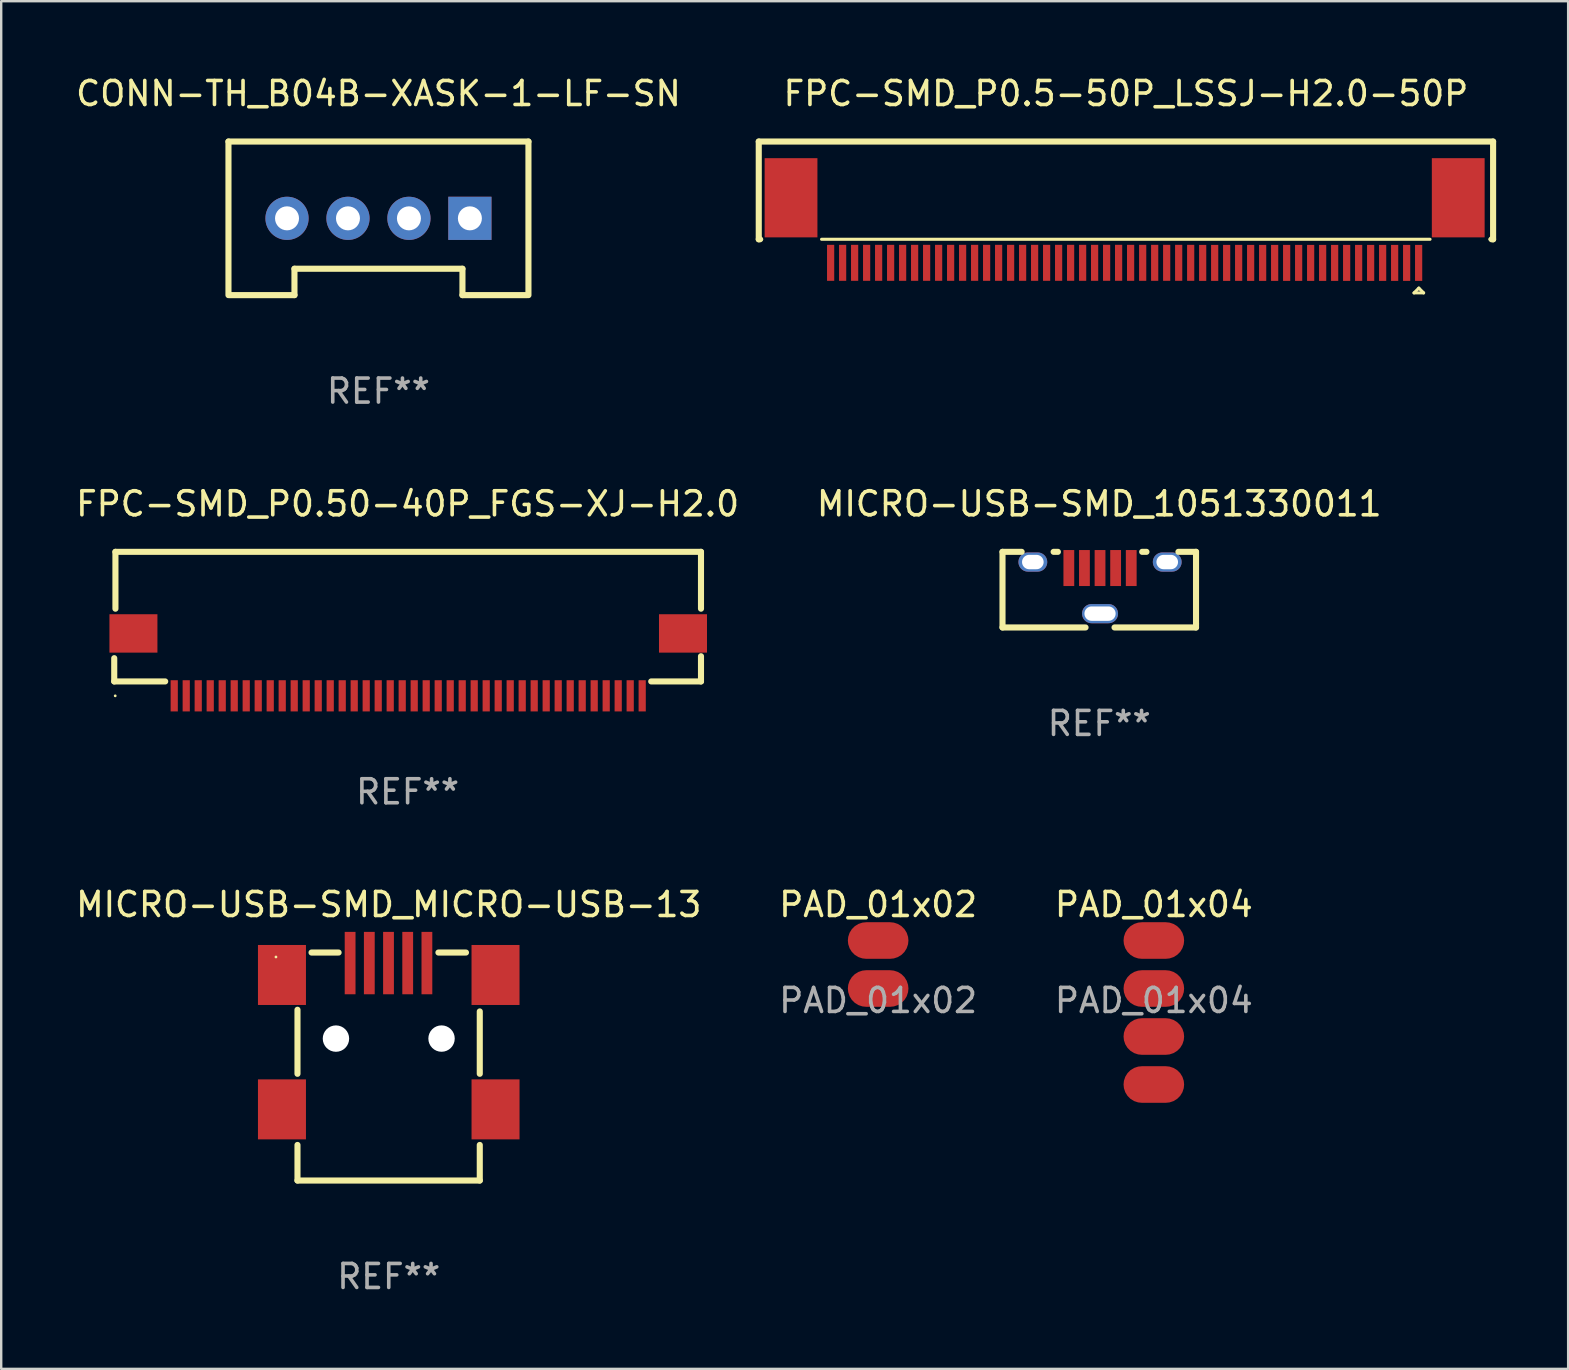
<source format=kicad_pcb>
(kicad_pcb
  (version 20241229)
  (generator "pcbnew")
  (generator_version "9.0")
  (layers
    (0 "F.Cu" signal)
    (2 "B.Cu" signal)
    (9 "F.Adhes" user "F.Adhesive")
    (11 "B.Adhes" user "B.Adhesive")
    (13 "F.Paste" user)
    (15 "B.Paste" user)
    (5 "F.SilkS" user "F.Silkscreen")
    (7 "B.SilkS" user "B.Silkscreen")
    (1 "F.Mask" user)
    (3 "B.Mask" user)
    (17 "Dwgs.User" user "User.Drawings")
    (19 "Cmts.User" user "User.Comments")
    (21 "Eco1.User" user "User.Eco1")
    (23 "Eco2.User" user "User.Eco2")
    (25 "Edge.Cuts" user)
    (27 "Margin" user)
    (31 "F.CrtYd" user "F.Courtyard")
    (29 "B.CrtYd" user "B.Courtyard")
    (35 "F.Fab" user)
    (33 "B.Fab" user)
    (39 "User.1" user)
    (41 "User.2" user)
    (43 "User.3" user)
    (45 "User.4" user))
  (footprint "MICRO-USB-SMD_1051330011"
    (layer "F.Cu")
    (at 42.788 21.445)
    (property "Reference" "MICRO-USB-SMD_1051330011" (at -0.032 -3.5 0) (layer "F.SilkS") (effects (font (size 1 1) (thickness 0.15))))
    (attr through_hole)
    (fp_line (start -4.064 -1.5) (end -4.064 1.651) (stroke (width 0.254) (type solid)) (layer "F.SilkS"))
    (fp_line (start -4.064 1.651) (end -0.604 1.651) (stroke (width 0.254) (type solid)) (layer "F.SilkS"))
    (fp_line (start -3.266 -1.5) (end -4.064 -1.5) (stroke (width 0.254) (type solid)) (layer "F.SilkS"))
    (fp_line (start -1.756 -1.5) (end -1.934 -1.5) (stroke (width 0.254) (type solid)) (layer "F.SilkS"))
    (fp_line (start 0.604 1.651) (end 4 1.651) (stroke (width 0.254) (type solid)) (layer "F.SilkS"))
    (fp_line (start 1.934 -1.5) (end 1.756 -1.5) (stroke (width 0.254) (type solid)) (layer "F.SilkS"))
    (fp_line (start 4 -1.5) (end 3.266 -1.5) (stroke (width 0.254) (type solid)) (layer "F.SilkS"))
    (fp_line (start 4 -1.5) (end 4 1.5) (stroke (width 0.254) (type solid)) (layer "F.SilkS"))
    (fp_line (start 4 1.651) (end 4 1.5) (stroke (width 0.254) (type solid)) (layer "F.SilkS"))
    (fp_circle (center -4 -1.5) (end -3.97 -1.5) (stroke (width 0.06) (type solid)) (fill no) (layer "F.SilkS"))
    (fp_text user "REF**" (at -0.032 5.651 0) (layer "F.Fab") (effects (font (size 1 1) (thickness 0.15))))
    (pad "1" smd rect (at -1.3 -0.825) (size 0.45 1.5) (layers "F.Cu" "F.Mask" "F.Paste"))
    (pad "2" smd rect (at -0.65 -0.825) (size 0.45 1.5) (layers "F.Cu" "F.Mask" "F.Paste"))
    (pad "3" smd rect (at -0.000127 -0.825) (size 0.45 1.5) (layers "F.Cu" "F.Mask" "F.Paste"))
    (pad "4" smd rect (at 0.65 -0.825) (size 0.45 1.5) (layers "F.Cu" "F.Mask" "F.Paste"))
    (pad "5" smd rect (at 1.3 -0.825) (size 0.45 1.5) (layers "F.Cu" "F.Mask" "F.Paste"))
    (pad "6" thru_hole oval (at -2.8 -1.075) (size 1.2 0.8) (drill oval 0.9 0.6) (layers "*.Cu" "*.Mask"))
    (pad "7" thru_hole oval (at 2.8 -1.075) (size 1.2 0.8) (drill oval 0.9 0.6) (layers "*.Cu" "*.Mask"))
    (pad "8" thru_hole oval (at -0.000127 1.075 90) (size 0.8 1.5) (drill oval 0.6 1.3) (layers "*.Cu" "*.Mask")))
  (footprint "MICRO-USB-SMD_MICRO-USB-13"
    (layer "F.Cu")
    (at 13.149 40.129)
    (property "Reference" "MICRO-USB-SMD_MICRO-USB-13" (at 0 -5.487 0) (layer "F.SilkS") (effects (font (size 1 1) (thickness 0.15))))
    (attr smd)
    (fp_line (start -3.803 -1.103) (end -3.803 1.566) (stroke (width 0.254) (type solid)) (layer "F.SilkS"))
    (fp_line (start -3.803 4.53) (end -3.803 6.013) (stroke (width 0.254) (type solid)) (layer "F.SilkS"))
    (fp_line (start -3.803 6.013) (end 3.793 6.013) (stroke (width 0.254) (type solid)) (layer "F.SilkS"))
    (fp_line (start -3.218 -3.487) (end -2.09 -3.487) (stroke (width 0.254) (type solid)) (layer "F.SilkS"))
    (fp_line (start 2.07 -3.487) (end 3.218 -3.487) (stroke (width 0.254) (type solid)) (layer "F.SilkS"))
    (fp_line (start 3.793 1.566) (end 3.793 -1.033) (stroke (width 0.254) (type solid)) (layer "F.SilkS"))
    (fp_line (start 3.793 6.013) (end 3.793 4.53) (stroke (width 0.254) (type solid)) (layer "F.SilkS"))
    (fp_circle (center -4.7 -3.302) (end -4.67 -3.302) (stroke (width 0.06) (type solid)) (fill no) (layer "F.SilkS"))
    (fp_circle (center -2.2 0.099) (end -2 0.099) (stroke (width 0.4) (type solid)) (fill no) (layer "F.Fab"))
    (fp_circle (center 2.199 0.099) (end 2.399 0.099) (stroke (width 0.4) (type solid)) (fill no) (layer "F.Fab"))
    (fp_text user "REF**" (at 0 10.013 0) (layer "F.Fab") (effects (font (size 1 1) (thickness 0.15))))
    (pad "" np_thru_hole circle (at -2.2 0.099) (size 1.1 1.1) (drill 1.1) (layers "*.Cu" "*.Mask"))
    (pad "" np_thru_hole circle (at 2.2 0.098) (size 1.1 1.1) (drill 1.1) (layers "*.Cu" "*.Mask"))
    (pad "0" smd rect (at -4.45 -2.552) (size 2 2.5) (layers "F.Cu" "F.Mask" "F.Paste"))
    (pad "0" smd rect (at -4.45 3.048) (size 2 2.5) (layers "F.Cu" "F.Mask" "F.Paste"))
    (pad "0" smd rect (at 4.449 -2.552) (size 2 2.5) (layers "F.Cu" "F.Mask" "F.Paste"))
    (pad "0" smd rect (at 4.45 3.048) (size 2 2.5) (layers "F.Cu" "F.Mask" "F.Paste"))
    (pad "1" smd rect (at -1.61 -3.048) (size 0.45 2.6) (layers "F.Cu" "F.Mask" "F.Paste"))
    (pad "2" smd rect (at -0.81 -3.048) (size 0.45 2.6) (layers "F.Cu" "F.Mask" "F.Paste"))
    (pad "3" smd rect (at -0.01 -3.048) (size 0.45 2.6) (layers "F.Cu" "F.Mask" "F.Paste"))
    (pad "4" smd rect (at 0.79 -3.048) (size 0.45 2.6) (layers "F.Cu" "F.Mask" "F.Paste"))
    (pad "5" smd rect (at 1.59 -3.048) (size 0.45 2.6) (layers "F.Cu" "F.Mask" "F.Paste")))
  (footprint "PAD_01x02"
    (layer "F.Cu")
    (at 33.542 36.141)
    (property "Reference" "PAD_01x02" (at 0 -1.5 0) (unlocked yes) (layer "F.SilkS") (effects (font (size 1 1) (thickness 0.15))))
    (attr smd)
    (fp_text user "${REFERENCE}" (at 0 2.5 0) (unlocked yes) (layer "F.Fab") (effects (font (size 1 1) (thickness 0.15))))
    (pad "1" smd roundrect (at 0 0) (size 2.524 1.524) (layers "F.Cu" "F.Mask" "F.Paste") (roundrect_rratio 0.5))
    (pad "2" smd roundrect (at 0 2) (size 2.524 1.524) (layers "F.Cu" "F.Mask" "F.Paste") (roundrect_rratio 0.5)))
  (footprint "CONN-TH_B04B-XASK-1-LF-SN"
    (layer "F.Cu")
    (at 12.72 6.048)
    (property "Reference" "CONN-TH_B04B-XASK-1-LF-SN" (at 0 -5.2 0) (layer "F.SilkS") (effects (font (size 1 1) (thickness 0.15))))
    (attr through_hole)
    (fp_line (start -6.25 -3.2) (end 6.25 -3.2) (stroke (width 0.254) (type solid)) (layer "F.SilkS"))
    (fp_line (start -6.25 3.2) (end -6.25 -3.2) (stroke (width 0.254) (type solid)) (layer "F.SilkS"))
    (fp_line (start -3.5 2.1) (end -3.5 3.2) (stroke (width 0.254) (type solid)) (layer "F.SilkS"))
    (fp_line (start -3.5 3.2) (end -6.2 3.2) (stroke (width 0.254) (type solid)) (layer "F.SilkS"))
    (fp_line (start 3.5 2.1) (end -3.5 2.1) (stroke (width 0.254) (type solid)) (layer "F.SilkS"))
    (fp_line (start 3.5 3.2) (end 3.5 2.1) (stroke (width 0.254) (type solid)) (layer "F.SilkS"))
    (fp_line (start 6.2 3.2) (end 3.5 3.2) (stroke (width 0.254) (type solid)) (layer "F.SilkS"))
    (fp_line (start 6.25 -3.2) (end 6.25 3.2) (stroke (width 0.254) (type solid)) (layer "F.SilkS"))
    (fp_circle (center 6.25 -3.2) (end 6.28 -3.2) (stroke (width 0.06) (type solid)) (fill no) (layer "F.SilkS"))
    (fp_text user "REF**" (at 0 7.2 0) (layer "F.Fab") (effects (font (size 1 1) (thickness 0.15))))
    (pad "1" thru_hole rect (at 3.81 0) (size 1.8 1.8) (drill 1) (layers "*.Cu" "*.Mask"))
    (pad "2" thru_hole circle (at 1.27 0) (size 1.8 1.8) (drill 1) (layers "*.Cu" "*.Mask"))
    (pad "3" thru_hole circle (at -1.27 0) (size 1.8 1.8) (drill 1) (layers "*.Cu" "*.Mask"))
    (pad "4" thru_hole circle (at -3.81 0) (size 1.8 1.8) (drill 1) (layers "*.Cu" "*.Mask")))
  (footprint "PAD_01x04"
    (layer "F.Cu")
    (at 45.03 36.141)
    (property "Reference" "PAD_01x04" (at 0 -1.5 0) (unlocked yes) (layer "F.SilkS") (effects (font (size 1 1) (thickness 0.15))))
    (attr smd)
    (fp_text user "${REFERENCE}" (at 0 2.5 0) (unlocked yes) (layer "F.Fab") (effects (font (size 1 1) (thickness 0.15))))
    (pad "1" smd roundrect (at 0 0) (size 2.524 1.524) (layers "F.Cu" "F.Mask" "F.Paste") (roundrect_rratio 0.5))
    (pad "2" smd roundrect (at 0 2) (size 2.524 1.524) (layers "F.Cu" "F.Mask" "F.Paste") (roundrect_rratio 0.5))
    (pad "3" smd roundrect (at 0 4) (size 2.524 1.524) (layers "F.Cu" "F.Mask" "F.Paste") (roundrect_rratio 0.5))
    (pad "4" smd roundrect (at 0 6) (size 2.524 1.524) (layers "F.Cu" "F.Mask" "F.Paste") (roundrect_rratio 0.5)))
  (footprint "FPC-SMD_P0.5-50P_LSSJ-H2.0-50P"
    (layer "F.Cu")
    (at 43.813 6.548)
    (property "Reference" "FPC-SMD_P0.5-50P_LSSJ-H2.0-50P" (at 0.054 -5.7 0) (layer "F.SilkS") (effects (font (size 1 1) (thickness 0.15))))
    (attr through_hole)
    (fp_line (start -15.246 -3.7) (end -15.246 0.373) (stroke (width 0.254) (type solid)) (layer "F.SilkS"))
    (fp_line (start -15.246 0.373) (end -15.192 0.373) (stroke (width 0.254) (type solid)) (layer "F.SilkS"))
    (fp_line (start -15.246 0.373) (end -15.123 0.373) (stroke (width 0.127) (type solid)) (layer "F.SilkS"))
    (fp_line (start -12.629 0.373) (end 12.727 0.373) (stroke (width 0.127) (type solid)) (layer "F.SilkS"))
    (fp_line (start 12.059 2.607) (end 12.459 2.607) (stroke (width 0.127) (type solid)) (layer "F.SilkS"))
    (fp_line (start 12.259 2.407) (end 12.059 2.607) (stroke (width 0.127) (type solid)) (layer "F.SilkS"))
    (fp_line (start 12.459 2.607) (end 12.259 2.407) (stroke (width 0.127) (type solid)) (layer "F.SilkS"))
    (fp_line (start 15.221 0.373) (end 15.291 0.373) (stroke (width 0.127) (type solid)) (layer "F.SilkS"))
    (fp_line (start 15.291 0.373) (end 15.354 0.373) (stroke (width 0.254) (type solid)) (layer "F.SilkS"))
    (fp_line (start 15.354 -3.7) (end -15.246 -3.7) (stroke (width 0.254) (type solid)) (layer "F.SilkS"))
    (fp_line (start 15.354 -3.7) (end 15.354 0.373) (stroke (width 0.254) (type solid)) (layer "F.SilkS"))
    (pad "1" smd rect (at 12.251 1.357 180) (size 0.3 1.5) (layers "F.Cu" "F.Mask" "F.Paste"))
    (pad "2" smd rect (at 11.751 1.357 180) (size 0.3 1.5) (layers "F.Cu" "F.Mask" "F.Paste"))
    (pad "3" smd rect (at 11.251 1.357 180) (size 0.3 1.5) (layers "F.Cu" "F.Mask" "F.Paste"))
    (pad "4" smd rect (at 10.751 1.357 180) (size 0.3 1.5) (layers "F.Cu" "F.Mask" "F.Paste"))
    (pad "5" smd rect (at 10.251 1.357 180) (size 0.3 1.5) (layers "F.Cu" "F.Mask" "F.Paste"))
    (pad "6" smd rect (at 9.751 1.357 180) (size 0.3 1.5) (layers "F.Cu" "F.Mask" "F.Paste"))
    (pad "7" smd rect (at 9.251 1.357 180) (size 0.3 1.5) (layers "F.Cu" "F.Mask" "F.Paste"))
    (pad "8" smd rect (at 8.751 1.357 180) (size 0.3 1.5) (layers "F.Cu" "F.Mask" "F.Paste"))
    (pad "9" smd rect (at 8.251 1.357 180) (size 0.3 1.5) (layers "F.Cu" "F.Mask" "F.Paste"))
    (pad "10" smd rect (at 7.751 1.357 180) (size 0.3 1.5) (layers "F.Cu" "F.Mask" "F.Paste"))
    (pad "11" smd rect (at 7.251 1.357 180) (size 0.3 1.5) (layers "F.Cu" "F.Mask" "F.Paste"))
    (pad "12" smd rect (at 6.751 1.357 180) (size 0.3 1.5) (layers "F.Cu" "F.Mask" "F.Paste"))
    (pad "13" smd rect (at 6.251 1.357 180) (size 0.3 1.5) (layers "F.Cu" "F.Mask" "F.Paste"))
    (pad "14" smd rect (at 5.751 1.357 180) (size 0.3 1.5) (layers "F.Cu" "F.Mask" "F.Paste"))
    (pad "15" smd rect (at 5.251 1.357 180) (size 0.3 1.5) (layers "F.Cu" "F.Mask" "F.Paste"))
    (pad "16" smd rect (at 4.751 1.356 180) (size 0.3 1.5) (layers "F.Cu" "F.Mask" "F.Paste"))
    (pad "17" smd rect (at 4.251 1.357 180) (size 0.3 1.5) (layers "F.Cu" "F.Mask" "F.Paste"))
    (pad "18" smd rect (at 3.752 1.357 180) (size 0.3 1.5) (layers "F.Cu" "F.Mask" "F.Paste"))
    (pad "19" smd rect (at 3.252 1.357 180) (size 0.3 1.5) (layers "F.Cu" "F.Mask" "F.Paste"))
    (pad "20" smd rect (at 2.752 1.354 180) (size 0.3 1.5) (layers "F.Cu" "F.Mask" "F.Paste"))
    (pad "21" smd rect (at 2.252 1.354 180) (size 0.3 1.5) (layers "F.Cu" "F.Mask" "F.Paste"))
    (pad "22" smd rect (at 1.752 1.354 180) (size 0.3 1.5) (layers "F.Cu" "F.Mask" "F.Paste"))
    (pad "23" smd rect (at 1.252 1.354 180) (size 0.3 1.5) (layers "F.Cu" "F.Mask" "F.Paste"))
    (pad "24" smd rect (at 0.752 1.354 180) (size 0.3 1.5) (layers "F.Cu" "F.Mask" "F.Paste"))
    (pad "25" smd rect (at 0.249 1.354 180) (size 0.3 1.5) (layers "F.Cu" "F.Mask" "F.Paste"))
    (pad "26" smd rect (at -0.251 1.353 180) (size 0.3 1.5) (layers "F.Cu" "F.Mask" "F.Paste"))
    (pad "27" smd rect (at -0.751 1.353 180) (size 0.3 1.5) (layers "F.Cu" "F.Mask" "F.Paste"))
    (pad "28" smd rect (at -1.251 1.354 180) (size 0.3 1.5) (layers "F.Cu" "F.Mask" "F.Paste"))
    (pad "29" smd rect (at -1.75 1.354 180) (size 0.3 1.5) (layers "F.Cu" "F.Mask" "F.Paste"))
    (pad "30" smd rect (at -2.251 1.353 180) (size 0.3 1.5) (layers "F.Cu" "F.Mask" "F.Paste"))
    (pad "31" smd rect (at -2.751 1.354 180) (size 0.3 1.5) (layers "F.Cu" "F.Mask" "F.Paste"))
    (pad "32" smd rect (at -3.251 1.354 180) (size 0.3 1.5) (layers "F.Cu" "F.Mask" "F.Paste"))
    (pad "33" smd rect (at -3.751 1.354 180) (size 0.3 1.5) (layers "F.Cu" "F.Mask" "F.Paste"))
    (pad "34" smd rect (at -4.251 1.354 180) (size 0.3 1.5) (layers "F.Cu" "F.Mask" "F.Paste"))
    (pad "35" smd rect (at -4.751 1.354 180) (size 0.3 1.5) (layers "F.Cu" "F.Mask" "F.Paste"))
    (pad "36" smd rect (at -5.251 1.354 180) (size 0.3 1.5) (layers "F.Cu" "F.Mask" "F.Paste"))
    (pad "37" smd rect (at -5.751 1.354 180) (size 0.3 1.5) (layers "F.Cu" "F.Mask" "F.Paste"))
    (pad "38" smd rect (at -6.251 1.354 180) (size 0.3 1.5) (layers "F.Cu" "F.Mask" "F.Paste"))
    (pad "39" smd rect (at -6.751 1.354 180) (size 0.3 1.5) (layers "F.Cu" "F.Mask" "F.Paste"))
    (pad "40" smd rect (at -7.251 1.354 180) (size 0.3 1.5) (layers "F.Cu" "F.Mask" "F.Paste"))
    (pad "41" smd rect (at -7.751 1.354 180) (size 0.3 1.5) (layers "F.Cu" "F.Mask" "F.Paste"))
    (pad "42" smd rect (at -8.251 1.354 180) (size 0.3 1.5) (layers "F.Cu" "F.Mask" "F.Paste"))
    (pad "43" smd rect (at -8.751 1.354 180) (size 0.3 1.5) (layers "F.Cu" "F.Mask" "F.Paste"))
    (pad "44" smd rect (at -9.251 1.354 180) (size 0.3 1.5) (layers "F.Cu" "F.Mask" "F.Paste"))
    (pad "45" smd rect (at -9.751 1.354 180) (size 0.3 1.5) (layers "F.Cu" "F.Mask" "F.Paste"))
    (pad "46" smd rect (at -10.251 1.354 180) (size 0.3 1.5) (layers "F.Cu" "F.Mask" "F.Paste"))
    (pad "47" smd rect (at -10.751 1.354 180) (size 0.3 1.5) (layers "F.Cu" "F.Mask" "F.Paste"))
    (pad "48" smd rect (at -11.251 1.354 180) (size 0.3 1.5) (layers "F.Cu" "F.Mask" "F.Paste"))
    (pad "49" smd rect (at -11.751 1.354 180) (size 0.3 1.5) (layers "F.Cu" "F.Mask" "F.Paste"))
    (pad "50" smd rect (at -12.251 1.354 180) (size 0.3 1.5) (layers "F.Cu" "F.Mask" "F.Paste"))
    (pad "51" smd rect (at 13.901 -1.357 180) (size 2.2 3.3) (layers "F.Cu" "F.Mask" "F.Paste"))
    (pad "52" smd rect (at -13.901 -1.357) (size 2.2 3.3) (layers "F.Cu" "F.Mask" "F.Paste")))
  (footprint "FPC-SMD_P0.50-40P_FGS-XJ-H2.0"
    (layer "F.Cu")
    (at 13.96 24.645)
    (property "Reference" "FPC-SMD_P0.50-40P_FGS-XJ-H2.0" (at -0.025 -6.7 0) (layer "F.SilkS") (effects (font (size 1 1) (thickness 0.15))))
    (attr through_hole)
    (fp_line (start -12.25 -0.269) (end -12.25 0.7) (stroke (width 0.254) (type solid)) (layer "F.SilkS"))
    (fp_line (start -12.25 0.7) (end -10.126 0.7) (stroke (width 0.254) (type solid)) (layer "F.SilkS"))
    (fp_line (start -12.2 -4.7) (end -12.2 -2.331) (stroke (width 0.254) (type solid)) (layer "F.SilkS"))
    (fp_line (start 10.126 0.7) (end 12.2 0.7) (stroke (width 0.254) (type solid)) (layer "F.SilkS"))
    (fp_line (start 12.2 0.7) (end 12.2 -0.35) (stroke (width 0.254) (type solid)) (layer "F.SilkS"))
    (fp_line (start 12.2 -4.7) (end -12.2 -4.7) (stroke (width 0.254) (type solid)) (layer "F.SilkS"))
    (fp_line (start 12.2 -2.331) (end 12.2 -4.7) (stroke (width 0.254) (type solid)) (layer "F.SilkS"))
    (fp_circle (center -12.209 1.3) (end -12.179 1.3) (stroke (width 0.06) (type solid)) (fill no) (layer "F.SilkS"))
    (fp_text user "REF**" (at -0.025 5.3 0) (layer "F.Fab") (effects (font (size 1 1) (thickness 0.15))))
    (pad "1" smd rect (at -9.75 1.3) (size 0.3 1.3) (layers "F.Cu" "F.Mask" "F.Paste"))
    (pad "2" smd rect (at -9.25 1.3) (size 0.3 1.3) (layers "F.Cu" "F.Mask" "F.Paste"))
    (pad "3" smd rect (at -8.75 1.3) (size 0.3 1.3) (layers "F.Cu" "F.Mask" "F.Paste"))
    (pad "4" smd rect (at -8.25 1.3) (size 0.3 1.3) (layers "F.Cu" "F.Mask" "F.Paste"))
    (pad "5" smd rect (at -7.75 1.3) (size 0.3 1.3) (layers "F.Cu" "F.Mask" "F.Paste"))
    (pad "6" smd rect (at -7.25 1.3) (size 0.3 1.3) (layers "F.Cu" "F.Mask" "F.Paste"))
    (pad "7" smd rect (at -6.75 1.3) (size 0.3 1.3) (layers "F.Cu" "F.Mask" "F.Paste"))
    (pad "8" smd rect (at -6.25 1.3) (size 0.3 1.3) (layers "F.Cu" "F.Mask" "F.Paste"))
    (pad "9" smd rect (at -5.75 1.3) (size 0.3 1.3) (layers "F.Cu" "F.Mask" "F.Paste"))
    (pad "10" smd rect (at -5.25 1.3) (size 0.3 1.3) (layers "F.Cu" "F.Mask" "F.Paste"))
    (pad "11" smd rect (at -4.75 1.3) (size 0.3 1.3) (layers "F.Cu" "F.Mask" "F.Paste"))
    (pad "12" smd rect (at -4.25 1.3) (size 0.3 1.3) (layers "F.Cu" "F.Mask" "F.Paste"))
    (pad "13" smd rect (at -3.75 1.3) (size 0.3 1.3) (layers "F.Cu" "F.Mask" "F.Paste"))
    (pad "14" smd rect (at -3.25 1.3) (size 0.3 1.3) (layers "F.Cu" "F.Mask" "F.Paste"))
    (pad "15" smd rect (at -2.75 1.3) (size 0.3 1.3) (layers "F.Cu" "F.Mask" "F.Paste"))
    (pad "16" smd rect (at -2.25 1.3) (size 0.3 1.3) (layers "F.Cu" "F.Mask" "F.Paste"))
    (pad "17" smd rect (at -1.75 1.3) (size 0.3 1.3) (layers "F.Cu" "F.Mask" "F.Paste"))
    (pad "18" smd rect (at -1.25 1.3) (size 0.3 1.3) (layers "F.Cu" "F.Mask" "F.Paste"))
    (pad "19" smd rect (at -0.75 1.3) (size 0.3 1.3) (layers "F.Cu" "F.Mask" "F.Paste"))
    (pad "20" smd rect (at -0.25 1.3) (size 0.3 1.3) (layers "F.Cu" "F.Mask" "F.Paste"))
    (pad "21" smd rect (at 0.25 1.3) (size 0.3 1.3) (layers "F.Cu" "F.Mask" "F.Paste"))
    (pad "22" smd rect (at 0.75 1.3) (size 0.3 1.3) (layers "F.Cu" "F.Mask" "F.Paste"))
    (pad "23" smd rect (at 1.25 1.3) (size 0.3 1.3) (layers "F.Cu" "F.Mask" "F.Paste"))
    (pad "24" smd rect (at 1.75 1.3) (size 0.3 1.3) (layers "F.Cu" "F.Mask" "F.Paste"))
    (pad "25" smd rect (at 2.25 1.3) (size 0.3 1.3) (layers "F.Cu" "F.Mask" "F.Paste"))
    (pad "26" smd rect (at 2.75 1.3) (size 0.3 1.3) (layers "F.Cu" "F.Mask" "F.Paste"))
    (pad "27" smd rect (at 3.25 1.3) (size 0.3 1.3) (layers "F.Cu" "F.Mask" "F.Paste"))
    (pad "28" smd rect (at 3.75 1.3) (size 0.3 1.3) (layers "F.Cu" "F.Mask" "F.Paste"))
    (pad "29" smd rect (at 4.25 1.3) (size 0.3 1.3) (layers "F.Cu" "F.Mask" "F.Paste"))
    (pad "30" smd rect (at 4.75 1.3) (size 0.3 1.3) (layers "F.Cu" "F.Mask" "F.Paste"))
    (pad "31" smd rect (at 5.25 1.3) (size 0.3 1.3) (layers "F.Cu" "F.Mask" "F.Paste"))
    (pad "32" smd rect (at 5.75 1.3) (size 0.3 1.3) (layers "F.Cu" "F.Mask" "F.Paste"))
    (pad "33" smd rect (at 6.25 1.3) (size 0.3 1.3) (layers "F.Cu" "F.Mask" "F.Paste"))
    (pad "34" smd rect (at 6.75 1.3) (size 0.3 1.3) (layers "F.Cu" "F.Mask" "F.Paste"))
    (pad "35" smd rect (at 7.25 1.3) (size 0.3 1.3) (layers "F.Cu" "F.Mask" "F.Paste"))
    (pad "36" smd rect (at 7.75 1.3) (size 0.3 1.3) (layers "F.Cu" "F.Mask" "F.Paste"))
    (pad "37" smd rect (at 8.25 1.3) (size 0.3 1.3) (layers "F.Cu" "F.Mask" "F.Paste"))
    (pad "38" smd rect (at 8.75 1.3) (size 0.3 1.3) (layers "F.Cu" "F.Mask" "F.Paste"))
    (pad "39" smd rect (at 9.25 1.3) (size 0.3 1.3) (layers "F.Cu" "F.Mask" "F.Paste"))
    (pad "40" smd rect (at 9.75 1.3) (size 0.3 1.3) (layers "F.Cu" "F.Mask" "F.Paste"))
    (pad "41" smd rect (at 11.45 -1.3 270) (size 1.6 2) (layers "F.Cu" "F.Mask" "F.Paste"))
    (pad "42" smd rect (at -11.45 -1.3 270) (size 1.6 2) (layers "F.Cu" "F.Mask" "F.Paste")))
  (gr_rect
    (start -3 -3)
    (end 62.294 53.99)
    (stroke (width 0.1) (type default))
    (fill no)
    (layer "Edge.Cuts")))
</source>
